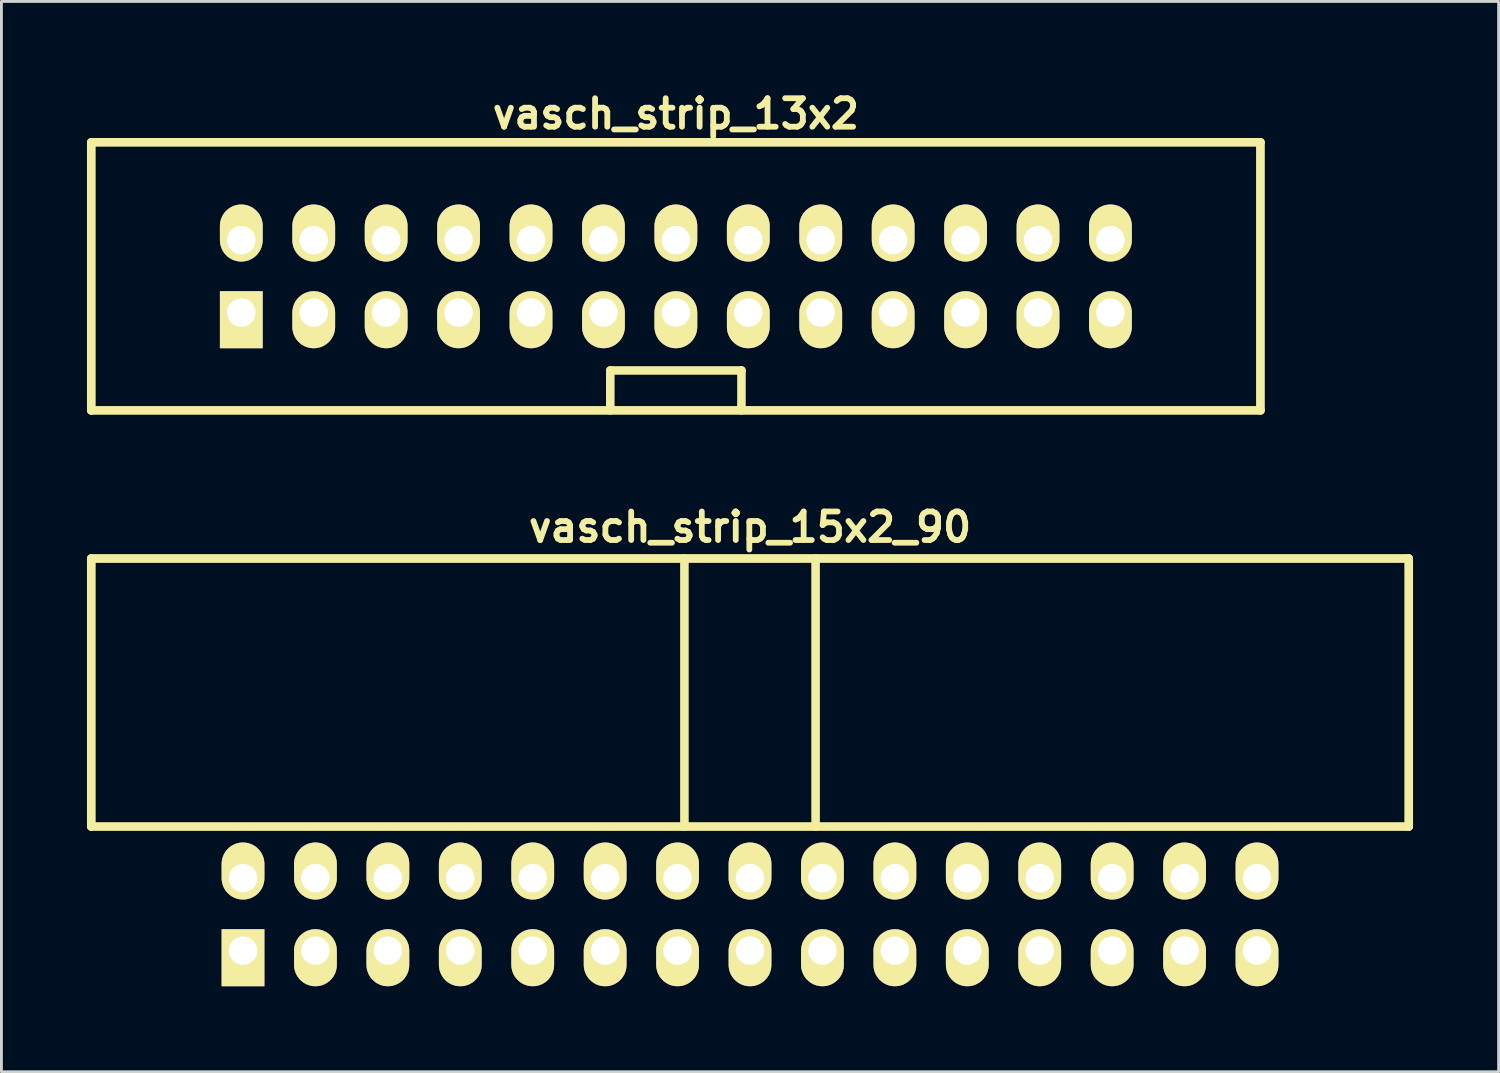
<source format=kicad_pcb>
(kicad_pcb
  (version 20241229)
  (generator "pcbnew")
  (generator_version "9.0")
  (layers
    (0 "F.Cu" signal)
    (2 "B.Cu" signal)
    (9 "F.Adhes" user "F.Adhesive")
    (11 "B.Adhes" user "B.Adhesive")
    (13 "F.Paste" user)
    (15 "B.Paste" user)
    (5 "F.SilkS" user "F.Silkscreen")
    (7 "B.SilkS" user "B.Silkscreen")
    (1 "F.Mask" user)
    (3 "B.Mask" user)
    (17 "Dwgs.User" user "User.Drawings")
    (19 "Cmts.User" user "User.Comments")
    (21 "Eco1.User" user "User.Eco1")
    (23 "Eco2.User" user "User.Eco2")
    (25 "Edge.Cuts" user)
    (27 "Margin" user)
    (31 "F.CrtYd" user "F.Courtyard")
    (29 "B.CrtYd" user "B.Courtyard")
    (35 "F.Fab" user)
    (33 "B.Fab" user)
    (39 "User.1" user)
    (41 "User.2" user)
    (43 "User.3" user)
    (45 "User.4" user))
  (footprint "vasch_strip_15x2_90"
    (layer "F.Cu")
    (at 23.252 23.936)
    (property "Reference" "vasch_strip_15x2_90" (at 0 -8.5 0) (layer "F.SilkS") (effects (font (size 1 1) (thickness 0.203))))
    (attr through_hole)
    (fp_line (start -23.1 -7.4) (end -23.1 2) (stroke (width 0.305) (type solid)) (layer "F.SilkS"))
    (fp_line (start -23.1 2) (end 23.1 2) (stroke (width 0.305) (type solid)) (layer "F.SilkS"))
    (fp_line (start -2.3 -7.4) (end -2.3 2) (stroke (width 0.3) (type solid)) (layer "F.SilkS"))
    (fp_line (start 2.3 -7.4) (end 2.3 2) (stroke (width 0.3) (type solid)) (layer "F.SilkS"))
    (fp_line (start 23.1 -7.4) (end -23.1 -7.4) (stroke (width 0.305) (type solid)) (layer "F.SilkS"))
    (fp_line (start 23.1 -7.4) (end 23.1 2) (stroke (width 0.305) (type solid)) (layer "F.SilkS"))
    (pad "1" thru_hole rect (at -17.78 6.35) (size 1.5 2) (drill 1 (offset 0 0.25)) (layers "*.Cu" "*.Mask" "F.SilkS"))
    (pad "2" thru_hole oval (at -17.78 3.81) (size 1.5 2) (drill 1 (offset 0 -0.25)) (layers "*.Cu" "*.Mask" "F.SilkS"))
    (pad "3" thru_hole oval (at -15.24 6.35) (size 1.5 2) (drill 1 (offset 0 0.25)) (layers "*.Cu" "*.Mask" "F.SilkS"))
    (pad "4" thru_hole oval (at -15.24 3.81) (size 1.5 2) (drill 1 (offset 0 -0.25)) (layers "*.Cu" "*.Mask" "F.SilkS"))
    (pad "5" thru_hole oval (at -12.7 6.35) (size 1.5 2) (drill 1 (offset 0 0.25)) (layers "*.Cu" "*.Mask" "F.SilkS"))
    (pad "6" thru_hole oval (at -12.7 3.81) (size 1.5 2) (drill 1 (offset 0 -0.25)) (layers "*.Cu" "*.Mask" "F.SilkS"))
    (pad "7" thru_hole oval (at -10.16 6.35) (size 1.5 2) (drill 1 (offset 0 0.25)) (layers "*.Cu" "*.Mask" "F.SilkS"))
    (pad "8" thru_hole oval (at -10.16 3.81) (size 1.5 2) (drill 1 (offset 0 -0.25)) (layers "*.Cu" "*.Mask" "F.SilkS"))
    (pad "9" thru_hole oval (at -7.62 6.35) (size 1.5 2) (drill 1 (offset 0 0.25)) (layers "*.Cu" "*.Mask" "F.SilkS"))
    (pad "10" thru_hole oval (at -7.62 3.81) (size 1.5 2) (drill 1 (offset 0 -0.25)) (layers "*.Cu" "*.Mask" "F.SilkS"))
    (pad "11" thru_hole oval (at -5.08 6.35) (size 1.5 2) (drill 1 (offset 0 0.25)) (layers "*.Cu" "*.Mask" "F.SilkS"))
    (pad "12" thru_hole oval (at -5.08 3.81) (size 1.5 2) (drill 1 (offset 0 -0.25)) (layers "*.Cu" "*.Mask" "F.SilkS"))
    (pad "13" thru_hole oval (at -2.54 6.35) (size 1.5 2) (drill 1 (offset 0 0.25)) (layers "*.Cu" "*.Mask" "F.SilkS"))
    (pad "14" thru_hole oval (at -2.54 3.81) (size 1.5 2) (drill 1 (offset 0 -0.25)) (layers "*.Cu" "*.Mask" "F.SilkS"))
    (pad "15" thru_hole oval (at 0 6.35) (size 1.5 2) (drill 1 (offset 0 0.25)) (layers "*.Cu" "*.Mask" "F.SilkS"))
    (pad "16" thru_hole oval (at 0 3.81) (size 1.5 2) (drill 1 (offset 0 -0.25)) (layers "*.Cu" "*.Mask" "F.SilkS"))
    (pad "17" thru_hole oval (at 2.54 6.35) (size 1.5 2) (drill 1 (offset 0 0.25)) (layers "*.Cu" "*.Mask" "F.SilkS"))
    (pad "18" thru_hole oval (at 2.54 3.81) (size 1.5 2) (drill 1 (offset 0 -0.25)) (layers "*.Cu" "*.Mask" "F.SilkS"))
    (pad "19" thru_hole oval (at 5.08 6.35) (size 1.5 2) (drill 1 (offset 0 0.25)) (layers "*.Cu" "*.Mask" "F.SilkS"))
    (pad "20" thru_hole oval (at 5.08 3.81) (size 1.5 2) (drill 1 (offset 0 -0.25)) (layers "*.Cu" "*.Mask" "F.SilkS"))
    (pad "21" thru_hole oval (at 7.62 6.35) (size 1.5 2) (drill 1 (offset 0 0.25)) (layers "*.Cu" "*.Mask" "F.SilkS"))
    (pad "22" thru_hole oval (at 7.62 3.81) (size 1.5 2) (drill 1 (offset 0 -0.25)) (layers "*.Cu" "*.Mask" "F.SilkS"))
    (pad "23" thru_hole oval (at 10.16 6.35) (size 1.5 2) (drill 1 (offset 0 0.25)) (layers "*.Cu" "*.Mask" "F.SilkS"))
    (pad "24" thru_hole oval (at 10.16 3.81) (size 1.5 2) (drill 1 (offset 0 -0.25)) (layers "*.Cu" "*.Mask" "F.SilkS"))
    (pad "25" thru_hole oval (at 12.7 6.35) (size 1.5 2) (drill 1 (offset 0 0.25)) (layers "*.Cu" "*.Mask" "F.SilkS"))
    (pad "26" thru_hole oval (at 12.7 3.81) (size 1.5 2) (drill 1 (offset 0 -0.25)) (layers "*.Cu" "*.Mask" "F.SilkS"))
    (pad "27" thru_hole oval (at 15.24 6.35) (size 1.5 2) (drill 1 (offset 0 0.25)) (layers "*.Cu" "*.Mask" "F.SilkS"))
    (pad "28" thru_hole oval (at 15.24 3.81) (size 1.5 2) (drill 1 (offset 0 -0.25)) (layers "*.Cu" "*.Mask" "F.SilkS"))
    (pad "29" thru_hole oval (at 17.78 6.35) (size 1.5 2) (drill 1 (offset 0 0.25)) (layers "*.Cu" "*.Mask" "F.SilkS"))
    (pad "30" thru_hole oval (at 17.78 3.81) (size 1.5 2) (drill 1 (offset 0 -0.25)) (layers "*.Cu" "*.Mask" "F.SilkS")))
  (footprint "vasch_strip_13x2"
    (layer "F.Cu")
    (at 20.652 6.642)
    (property "Reference" "vasch_strip_13x2" (at 0 -5.7 0) (layer "F.SilkS") (effects (font (size 1 1) (thickness 0.203))))
    (attr through_hole)
    (fp_line (start -20.5 -4.7) (end -20.5 4.7) (stroke (width 0.305) (type solid)) (layer "F.SilkS"))
    (fp_line (start -20.5 4.7) (end 20.5 4.7) (stroke (width 0.305) (type solid)) (layer "F.SilkS"))
    (fp_line (start -2.3 3.3) (end -2.3 4.7) (stroke (width 0.3) (type solid)) (layer "F.SilkS"))
    (fp_line (start 2.3 3.3) (end -2.3 3.3) (stroke (width 0.3) (type solid)) (layer "F.SilkS"))
    (fp_line (start 2.3 4.7) (end 2.3 3.3) (stroke (width 0.3) (type solid)) (layer "F.SilkS"))
    (fp_line (start 20.5 -4.7) (end -20.5 -4.7) (stroke (width 0.305) (type solid)) (layer "F.SilkS"))
    (fp_line (start 20.5 -4.7) (end 20.5 4.7) (stroke (width 0.305) (type solid)) (layer "F.SilkS"))
    (pad "1" thru_hole rect (at -15.24 1.27) (size 1.5 2) (drill 1 (offset 0 0.25)) (layers "*.Cu" "*.Mask" "F.SilkS"))
    (pad "2" thru_hole oval (at -15.24 -1.27) (size 1.5 2) (drill 1 (offset 0 -0.25)) (layers "*.Cu" "*.Mask" "F.SilkS"))
    (pad "3" thru_hole oval (at -12.7 1.27) (size 1.5 2) (drill 1 (offset 0 0.25)) (layers "*.Cu" "*.Mask" "F.SilkS"))
    (pad "4" thru_hole oval (at -12.7 -1.27) (size 1.5 2) (drill 1 (offset 0 -0.25)) (layers "*.Cu" "*.Mask" "F.SilkS"))
    (pad "5" thru_hole oval (at -10.16 1.27) (size 1.5 2) (drill 1 (offset 0 0.25)) (layers "*.Cu" "*.Mask" "F.SilkS"))
    (pad "6" thru_hole oval (at -10.16 -1.27) (size 1.5 2) (drill 1 (offset 0 -0.25)) (layers "*.Cu" "*.Mask" "F.SilkS"))
    (pad "7" thru_hole oval (at -7.62 1.27) (size 1.5 2) (drill 1 (offset 0 0.25)) (layers "*.Cu" "*.Mask" "F.SilkS"))
    (pad "8" thru_hole oval (at -7.62 -1.27) (size 1.5 2) (drill 1 (offset 0 -0.25)) (layers "*.Cu" "*.Mask" "F.SilkS"))
    (pad "9" thru_hole oval (at -5.08 1.27) (size 1.5 2) (drill 1 (offset 0 0.25)) (layers "*.Cu" "*.Mask" "F.SilkS"))
    (pad "10" thru_hole oval (at -5.08 -1.27) (size 1.5 2) (drill 1 (offset 0 -0.25)) (layers "*.Cu" "*.Mask" "F.SilkS"))
    (pad "11" thru_hole oval (at -2.54 1.27) (size 1.5 2) (drill 1 (offset 0 0.25)) (layers "*.Cu" "*.Mask" "F.SilkS"))
    (pad "12" thru_hole oval (at -2.54 -1.27) (size 1.5 2) (drill 1 (offset 0 -0.25)) (layers "*.Cu" "*.Mask" "F.SilkS"))
    (pad "13" thru_hole oval (at 0 1.27) (size 1.5 2) (drill 1 (offset 0 0.25)) (layers "*.Cu" "*.Mask" "F.SilkS"))
    (pad "14" thru_hole oval (at 0 -1.27) (size 1.5 2) (drill 1 (offset 0 -0.25)) (layers "*.Cu" "*.Mask" "F.SilkS"))
    (pad "15" thru_hole oval (at 2.54 1.27) (size 1.5 2) (drill 1 (offset 0 0.25)) (layers "*.Cu" "*.Mask" "F.SilkS"))
    (pad "16" thru_hole oval (at 2.54 -1.27) (size 1.5 2) (drill 1 (offset 0 -0.25)) (layers "*.Cu" "*.Mask" "F.SilkS"))
    (pad "17" thru_hole oval (at 5.08 1.27) (size 1.5 2) (drill 1 (offset 0 0.25)) (layers "*.Cu" "*.Mask" "F.SilkS"))
    (pad "18" thru_hole oval (at 5.08 -1.27) (size 1.5 2) (drill 1 (offset 0 -0.25)) (layers "*.Cu" "*.Mask" "F.SilkS"))
    (pad "19" thru_hole oval (at 7.62 1.27) (size 1.5 2) (drill 1 (offset 0 0.25)) (layers "*.Cu" "*.Mask" "F.SilkS"))
    (pad "20" thru_hole oval (at 7.62 -1.27) (size 1.5 2) (drill 1 (offset 0 -0.25)) (layers "*.Cu" "*.Mask" "F.SilkS"))
    (pad "21" thru_hole oval (at 10.16 1.27) (size 1.5 2) (drill 1 (offset 0 0.25)) (layers "*.Cu" "*.Mask" "F.SilkS"))
    (pad "22" thru_hole oval (at 10.16 -1.27) (size 1.5 2) (drill 1 (offset 0 -0.25)) (layers "*.Cu" "*.Mask" "F.SilkS"))
    (pad "23" thru_hole oval (at 12.7 1.27) (size 1.5 2) (drill 1 (offset 0 0.25)) (layers "*.Cu" "*.Mask" "F.SilkS"))
    (pad "24" thru_hole oval (at 12.7 -1.27) (size 1.5 2) (drill 1 (offset 0 -0.25)) (layers "*.Cu" "*.Mask" "F.SilkS"))
    (pad "25" thru_hole oval (at 15.24 1.27) (size 1.5 2) (drill 1 (offset 0 0.25)) (layers "*.Cu" "*.Mask" "F.SilkS"))
    (pad "26" thru_hole oval (at 15.24 -1.27) (size 1.5 2) (drill 1 (offset 0 -0.25)) (layers "*.Cu" "*.Mask" "F.SilkS")))
  (gr_rect
    (start -3 -3)
    (end 49.505 34.536)
    (stroke (width 0.1) (type default))
    (fill no)
    (layer "Edge.Cuts")))
</source>
